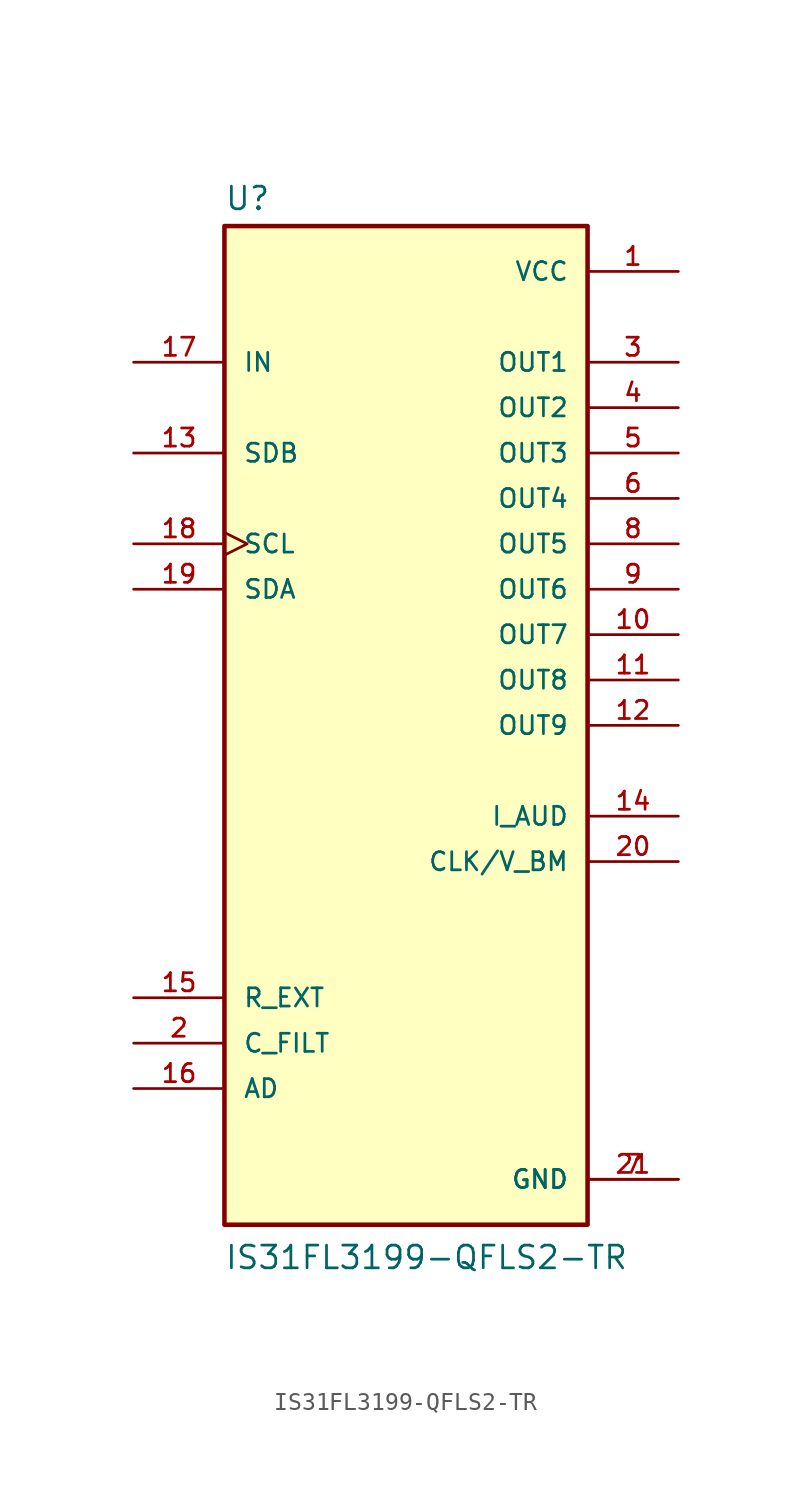
<source format=kicad_sym>
(kicad_symbol_lib
  (version 20211014)
  (generator kicad_symbol_editor)
  (symbol "IS31FL3199-QFLS2-TR"
    (pin_names
      (offset 1.016))
    (property "Reference" "U"
      (at -10.174 28.741 0)
      (effects (font (size 1.27 1.27)) (justify bottom left)))
    (property "Value" "IS31FL3199-QFLS2-TR"
      (at -10.172 -30.515 0)
      (effects (font (size 1.27 1.27)) (justify bottom left)))
    (symbol "IS31FL3199-QFLS2-TR_0_0"
      (rectangle (start -10.16 -27.94) (end 10.16 27.94) (stroke (width 0.254)) (fill (type background)))
      (pin power_in line (at 15.24 25.4 180.0) (length 5.08) (name "VCC" (effects (font (size 1.016 1.016)))) (number "1" (effects (font (size 1.016 1.016)))))
      (pin passive line (at -15.24 -17.78 0) (length 5.08) (name "C_FILT" (effects (font (size 1.016 1.016)))) (number "2" (effects (font (size 1.016 1.016)))))
      (pin output line (at 15.24 20.32 180.0) (length 5.08) (name "OUT1" (effects (font (size 1.016 1.016)))) (number "3" (effects (font (size 1.016 1.016)))))
      (pin power_in line (at 15.24 -25.4 180.0) (length 5.08) (name "GND" (effects (font (size 1.016 1.016)))) (number "7" (effects (font (size 1.016 1.016)))))
      (pin power_in line (at 15.24 -25.4 180.0) (length 5.08) (name "GND" (effects (font (size 1.016 1.016)))) (number "21" (effects (font (size 1.016 1.016)))))
      (pin input line (at -15.24 15.24 0) (length 5.08) (name "SDB" (effects (font (size 1.016 1.016)))) (number "13" (effects (font (size 1.016 1.016)))))
      (pin bidirectional line (at 15.24 -5.08 180.0) (length 5.08) (name "I_AUD" (effects (font (size 1.016 1.016)))) (number "14" (effects (font (size 1.016 1.016)))))
      (pin passive line (at -15.24 -15.24 0) (length 5.08) (name "R_EXT" (effects (font (size 1.016 1.016)))) (number "15" (effects (font (size 1.016 1.016)))))
      (pin passive line (at -15.24 -20.32 0) (length 5.08) (name "AD" (effects (font (size 1.016 1.016)))) (number "16" (effects (font (size 1.016 1.016)))))
      (pin input line (at -15.24 20.32 0) (length 5.08) (name "IN" (effects (font (size 1.016 1.016)))) (number "17" (effects (font (size 1.016 1.016)))))
      (pin input clock (at -15.24 10.16 0) (length 5.08) (name "SCL" (effects (font (size 1.016 1.016)))) (number "18" (effects (font (size 1.016 1.016)))))
      (pin bidirectional line (at -15.24 7.62 0) (length 5.08) (name "SDA" (effects (font (size 1.016 1.016)))) (number "19" (effects (font (size 1.016 1.016)))))
      (pin bidirectional line (at 15.24 -7.62 180.0) (length 5.08) (name "CLK/V_BM" (effects (font (size 1.016 1.016)))) (number "20" (effects (font (size 1.016 1.016)))))
      (pin output line (at 15.24 17.78 180.0) (length 5.08) (name "OUT2" (effects (font (size 1.016 1.016)))) (number "4" (effects (font (size 1.016 1.016)))))
      (pin output line (at 15.24 15.24 180.0) (length 5.08) (name "OUT3" (effects (font (size 1.016 1.016)))) (number "5" (effects (font (size 1.016 1.016)))))
      (pin output line (at 15.24 12.7 180.0) (length 5.08) (name "OUT4" (effects (font (size 1.016 1.016)))) (number "6" (effects (font (size 1.016 1.016)))))
      (pin output line (at 15.24 10.16 180.0) (length 5.08) (name "OUT5" (effects (font (size 1.016 1.016)))) (number "8" (effects (font (size 1.016 1.016)))))
      (pin output line (at 15.24 7.62 180.0) (length 5.08) (name "OUT6" (effects (font (size 1.016 1.016)))) (number "9" (effects (font (size 1.016 1.016)))))
      (pin output line (at 15.24 5.08 180.0) (length 5.08) (name "OUT7" (effects (font (size 1.016 1.016)))) (number "10" (effects (font (size 1.016 1.016)))))
      (pin output line (at 15.24 2.54 180.0) (length 5.08) (name "OUT8" (effects (font (size 1.016 1.016)))) (number "11" (effects (font (size 1.016 1.016)))))
      (pin output line (at 15.24 0.0 180.0) (length 5.08) (name "OUT9" (effects (font (size 1.016 1.016)))) (number "12" (effects (font (size 1.016 1.016))))))))
</source>
